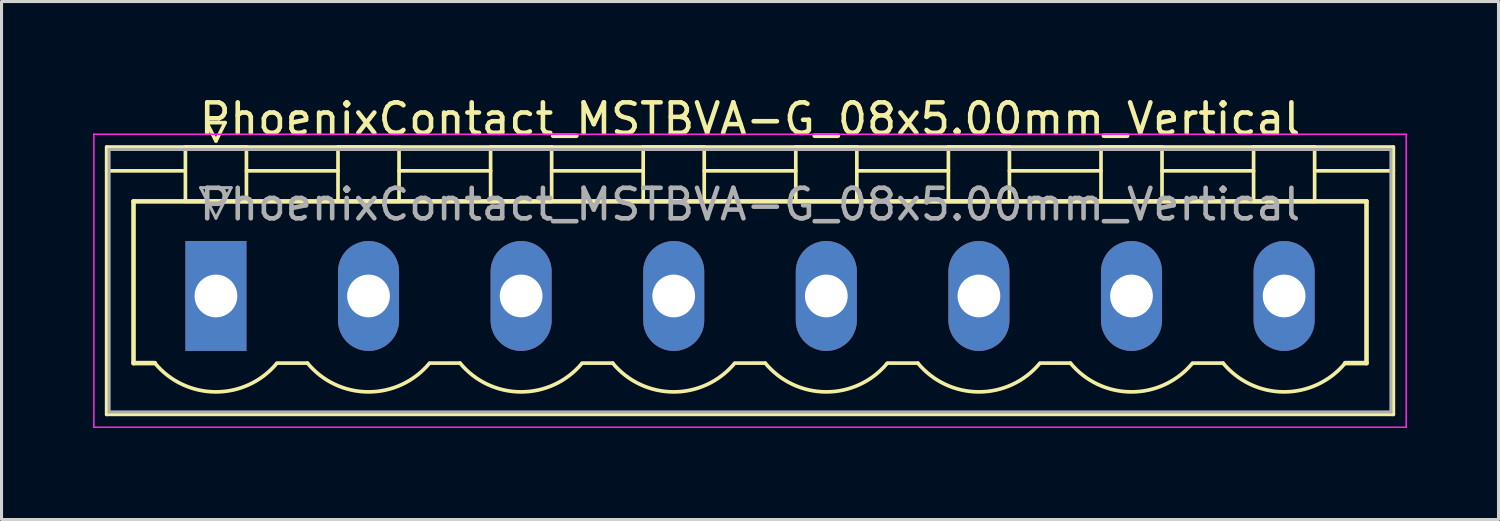
<source format=kicad_pcb>
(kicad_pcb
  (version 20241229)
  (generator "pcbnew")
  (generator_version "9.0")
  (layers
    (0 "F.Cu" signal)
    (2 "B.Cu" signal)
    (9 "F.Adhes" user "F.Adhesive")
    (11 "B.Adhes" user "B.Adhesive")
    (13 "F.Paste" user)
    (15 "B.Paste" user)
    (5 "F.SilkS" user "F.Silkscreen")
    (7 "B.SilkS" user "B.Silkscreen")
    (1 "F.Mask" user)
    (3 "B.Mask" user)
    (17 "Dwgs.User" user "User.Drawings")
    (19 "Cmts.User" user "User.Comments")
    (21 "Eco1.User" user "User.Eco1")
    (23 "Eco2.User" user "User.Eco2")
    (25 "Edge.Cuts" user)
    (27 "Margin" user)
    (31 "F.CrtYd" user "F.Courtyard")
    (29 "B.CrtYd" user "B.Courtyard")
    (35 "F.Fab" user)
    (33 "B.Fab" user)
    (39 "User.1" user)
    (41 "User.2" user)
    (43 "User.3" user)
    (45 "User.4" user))
  (footprint "PhoenixContact_MSTBVA-G_08x5.00mm_Vertical"
    (layer "F.Cu")
    (at 4.025 6.648)
    (property "Reference" "PhoenixContact_MSTBVA-G_08x5.00mm_Vertical" (at 17.5 -5.8 0) (layer "F.SilkS") (effects (font (size 1 1) (thickness 0.15))))
    (attr through_hole)
    (fp_line (start -3.58 -4.88) (end -3.58 3.88) (stroke (width 0.12) (type solid)) (layer "F.SilkS"))
    (fp_line (start -3.58 -4.1) (end -1.08 -4.1) (stroke (width 0.12) (type solid)) (layer "F.SilkS"))
    (fp_line (start -3.58 3.88) (end 38.58 3.88) (stroke (width 0.12) (type solid)) (layer "F.SilkS"))
    (fp_line (start -2.7 -3.1) (end 37.7 -3.1) (stroke (width 0.15) (type solid)) (layer "F.SilkS"))
    (fp_line (start -2.7 2.2) (end -2.7 -3.1) (stroke (width 0.15) (type solid)) (layer "F.SilkS"))
    (fp_line (start -2 2.2) (end -2.7 2.2) (stroke (width 0.15) (type solid)) (layer "F.SilkS"))
    (fp_line (start -1 -4.88) (end 1 -4.88) (stroke (width 0.12) (type solid)) (layer "F.SilkS"))
    (fp_line (start -1 -3.1) (end -1 -4.88) (stroke (width 0.12) (type solid)) (layer "F.SilkS"))
    (fp_line (start -0.3 -5.68) (end 0.3 -5.68) (stroke (width 0.12) (type solid)) (layer "F.SilkS"))
    (fp_line (start 0 -5.08) (end -0.3 -5.68) (stroke (width 0.12) (type solid)) (layer "F.SilkS"))
    (fp_line (start 0.3 -5.68) (end 0 -5.08) (stroke (width 0.12) (type solid)) (layer "F.SilkS"))
    (fp_line (start 1 -4.88) (end 1 -3.1) (stroke (width 0.12) (type solid)) (layer "F.SilkS"))
    (fp_line (start 1 -4.1) (end 4 -4.1) (stroke (width 0.12) (type solid)) (layer "F.SilkS"))
    (fp_line (start 1 -3.1) (end -1 -3.1) (stroke (width 0.12) (type solid)) (layer "F.SilkS"))
    (fp_line (start 2 2.2) (end 3 2.2) (stroke (width 0.12) (type solid)) (layer "F.SilkS"))
    (fp_line (start 4 -4.88) (end 6 -4.88) (stroke (width 0.12) (type solid)) (layer "F.SilkS"))
    (fp_line (start 4 -3.1) (end 4 -4.88) (stroke (width 0.12) (type solid)) (layer "F.SilkS"))
    (fp_line (start 6 -4.88) (end 6 -3.1) (stroke (width 0.12) (type solid)) (layer "F.SilkS"))
    (fp_line (start 6 -4.1) (end 9 -4.1) (stroke (width 0.12) (type solid)) (layer "F.SilkS"))
    (fp_line (start 6 -3.1) (end 4 -3.1) (stroke (width 0.12) (type solid)) (layer "F.SilkS"))
    (fp_line (start 7 2.2) (end 8 2.2) (stroke (width 0.12) (type solid)) (layer "F.SilkS"))
    (fp_line (start 9 -4.88) (end 11 -4.88) (stroke (width 0.12) (type solid)) (layer "F.SilkS"))
    (fp_line (start 9 -3.1) (end 9 -4.88) (stroke (width 0.12) (type solid)) (layer "F.SilkS"))
    (fp_line (start 11 -4.88) (end 11 -3.1) (stroke (width 0.12) (type solid)) (layer "F.SilkS"))
    (fp_line (start 11 -4.1) (end 14 -4.1) (stroke (width 0.12) (type solid)) (layer "F.SilkS"))
    (fp_line (start 11 -3.1) (end 9 -3.1) (stroke (width 0.12) (type solid)) (layer "F.SilkS"))
    (fp_line (start 12 2.2) (end 13 2.2) (stroke (width 0.12) (type solid)) (layer "F.SilkS"))
    (fp_line (start 14 -4.88) (end 16 -4.88) (stroke (width 0.12) (type solid)) (layer "F.SilkS"))
    (fp_line (start 14 -3.1) (end 14 -4.88) (stroke (width 0.12) (type solid)) (layer "F.SilkS"))
    (fp_line (start 16 -4.88) (end 16 -3.1) (stroke (width 0.12) (type solid)) (layer "F.SilkS"))
    (fp_line (start 16 -4.1) (end 19 -4.1) (stroke (width 0.12) (type solid)) (layer "F.SilkS"))
    (fp_line (start 16 -3.1) (end 14 -3.1) (stroke (width 0.12) (type solid)) (layer "F.SilkS"))
    (fp_line (start 17 2.2) (end 18 2.2) (stroke (width 0.12) (type solid)) (layer "F.SilkS"))
    (fp_line (start 19 -4.88) (end 21 -4.88) (stroke (width 0.12) (type solid)) (layer "F.SilkS"))
    (fp_line (start 19 -3.1) (end 19 -4.88) (stroke (width 0.12) (type solid)) (layer "F.SilkS"))
    (fp_line (start 21 -4.88) (end 21 -3.1) (stroke (width 0.12) (type solid)) (layer "F.SilkS"))
    (fp_line (start 21 -4.1) (end 24 -4.1) (stroke (width 0.12) (type solid)) (layer "F.SilkS"))
    (fp_line (start 21 -3.1) (end 19 -3.1) (stroke (width 0.12) (type solid)) (layer "F.SilkS"))
    (fp_line (start 22 2.2) (end 23 2.2) (stroke (width 0.12) (type solid)) (layer "F.SilkS"))
    (fp_line (start 24 -4.88) (end 26 -4.88) (stroke (width 0.12) (type solid)) (layer "F.SilkS"))
    (fp_line (start 24 -3.1) (end 24 -4.88) (stroke (width 0.12) (type solid)) (layer "F.SilkS"))
    (fp_line (start 26 -4.88) (end 26 -3.1) (stroke (width 0.12) (type solid)) (layer "F.SilkS"))
    (fp_line (start 26 -4.1) (end 29 -4.1) (stroke (width 0.12) (type solid)) (layer "F.SilkS"))
    (fp_line (start 26 -3.1) (end 24 -3.1) (stroke (width 0.12) (type solid)) (layer "F.SilkS"))
    (fp_line (start 27 2.2) (end 28 2.2) (stroke (width 0.12) (type solid)) (layer "F.SilkS"))
    (fp_line (start 29 -4.88) (end 31 -4.88) (stroke (width 0.12) (type solid)) (layer "F.SilkS"))
    (fp_line (start 29 -3.1) (end 29 -4.88) (stroke (width 0.12) (type solid)) (layer "F.SilkS"))
    (fp_line (start 31 -4.88) (end 31 -3.1) (stroke (width 0.12) (type solid)) (layer "F.SilkS"))
    (fp_line (start 31 -4.1) (end 34 -4.1) (stroke (width 0.12) (type solid)) (layer "F.SilkS"))
    (fp_line (start 31 -3.1) (end 29 -3.1) (stroke (width 0.12) (type solid)) (layer "F.SilkS"))
    (fp_line (start 32 2.2) (end 33 2.2) (stroke (width 0.12) (type solid)) (layer "F.SilkS"))
    (fp_line (start 34 -4.88) (end 36 -4.88) (stroke (width 0.12) (type solid)) (layer "F.SilkS"))
    (fp_line (start 34 -3.1) (end 34 -4.88) (stroke (width 0.12) (type solid)) (layer "F.SilkS"))
    (fp_line (start 36 -4.88) (end 36 -3.1) (stroke (width 0.12) (type solid)) (layer "F.SilkS"))
    (fp_line (start 36 -3.1) (end 34 -3.1) (stroke (width 0.12) (type solid)) (layer "F.SilkS"))
    (fp_line (start 37.7 -3.1) (end 37.7 2.2) (stroke (width 0.15) (type solid)) (layer "F.SilkS"))
    (fp_line (start 37.7 2.2) (end 37 2.2) (stroke (width 0.15) (type solid)) (layer "F.SilkS"))
    (fp_line (start 38.58 -4.88) (end -3.58 -4.88) (stroke (width 0.12) (type solid)) (layer "F.SilkS"))
    (fp_line (start 38.58 -4.1) (end 36.08 -4.1) (stroke (width 0.12) (type solid)) (layer "F.SilkS"))
    (fp_line (start 38.58 3.88) (end 38.58 -4.88) (stroke (width 0.12) (type solid)) (layer "F.SilkS"))
    (fp_arc (start 1.986842 2.215821) (mid -0.010289 3.142758) (end -2 2.2) (stroke (width 0.12) (type solid)) (layer "F.SilkS"))
    (fp_arc (start 6.986842 2.215821) (mid 4.989711 3.142758) (end 3 2.2) (stroke (width 0.12) (type solid)) (layer "F.SilkS"))
    (fp_arc (start 11.986842 2.215821) (mid 9.989711 3.142758) (end 8 2.2) (stroke (width 0.12) (type solid)) (layer "F.SilkS"))
    (fp_arc (start 16.986842 2.215821) (mid 14.989711 3.142758) (end 13 2.2) (stroke (width 0.12) (type solid)) (layer "F.SilkS"))
    (fp_arc (start 21.986842 2.215821) (mid 19.989711 3.142758) (end 18 2.2) (stroke (width 0.12) (type solid)) (layer "F.SilkS"))
    (fp_arc (start 26.986842 2.215821) (mid 24.989711 3.142758) (end 23 2.2) (stroke (width 0.12) (type solid)) (layer "F.SilkS"))
    (fp_arc (start 31.986842 2.215821) (mid 29.989711 3.142758) (end 28 2.2) (stroke (width 0.12) (type solid)) (layer "F.SilkS"))
    (fp_arc (start 36.986842 2.215821) (mid 34.989711 3.142758) (end 33 2.2) (stroke (width 0.12) (type solid)) (layer "F.SilkS"))
    (fp_line (start -4 -5.3) (end -4 4.3) (stroke (width 0.05) (type solid)) (layer "F.CrtYd"))
    (fp_line (start -4 4.3) (end 39 4.3) (stroke (width 0.05) (type solid)) (layer "F.CrtYd"))
    (fp_line (start 39 -5.3) (end -4 -5.3) (stroke (width 0.05) (type solid)) (layer "F.CrtYd"))
    (fp_line (start 39 4.3) (end 39 -5.3) (stroke (width 0.05) (type solid)) (layer "F.CrtYd"))
    (fp_line (start -3.5 -4.8) (end -3.5 3.8) (stroke (width 0.1) (type solid)) (layer "F.Fab"))
    (fp_line (start -3.5 3.8) (end 38.5 3.8) (stroke (width 0.1) (type solid)) (layer "F.Fab"))
    (fp_line (start -0.5 -3.55) (end 0.5 -3.55) (stroke (width 0.1) (type solid)) (layer "F.Fab"))
    (fp_line (start 0 -2.55) (end -0.5 -3.55) (stroke (width 0.1) (type solid)) (layer "F.Fab"))
    (fp_line (start 0.5 -3.55) (end 0 -2.55) (stroke (width 0.1) (type solid)) (layer "F.Fab"))
    (fp_line (start 38.5 -4.8) (end -3.5 -4.8) (stroke (width 0.1) (type solid)) (layer "F.Fab"))
    (fp_line (start 38.5 3.8) (end 38.5 -4.8) (stroke (width 0.1) (type solid)) (layer "F.Fab"))
    (fp_text user "${REFERENCE}" (at 17.5 -3 0) (layer "F.Fab") (effects (font (size 1 1) (thickness 0.15))))
    (pad "1" thru_hole rect (at 0 0) (size 2 3.6) (drill 1.4) (layers "*.Cu" "*.Mask"))
    (pad "2" thru_hole oval (at 5 0) (size 2 3.6) (drill 1.4) (layers "*.Cu" "*.Mask"))
    (pad "3" thru_hole oval (at 10 0) (size 2 3.6) (drill 1.4) (layers "*.Cu" "*.Mask"))
    (pad "4" thru_hole oval (at 15 0) (size 2 3.6) (drill 1.4) (layers "*.Cu" "*.Mask"))
    (pad "5" thru_hole oval (at 20 0) (size 2 3.6) (drill 1.4) (layers "*.Cu" "*.Mask"))
    (pad "6" thru_hole oval (at 25 0) (size 2 3.6) (drill 1.4) (layers "*.Cu" "*.Mask"))
    (pad "7" thru_hole oval (at 30 0) (size 2 3.6) (drill 1.4) (layers "*.Cu" "*.Mask"))
    (pad "8" thru_hole oval (at 35 0) (size 2 3.6) (drill 1.4) (layers "*.Cu" "*.Mask")))
  (gr_rect
    (start -3 -3)
    (end 46.05 13.973)
    (stroke (width 0.1) (type default))
    (fill no)
    (layer "Edge.Cuts")))
</source>
